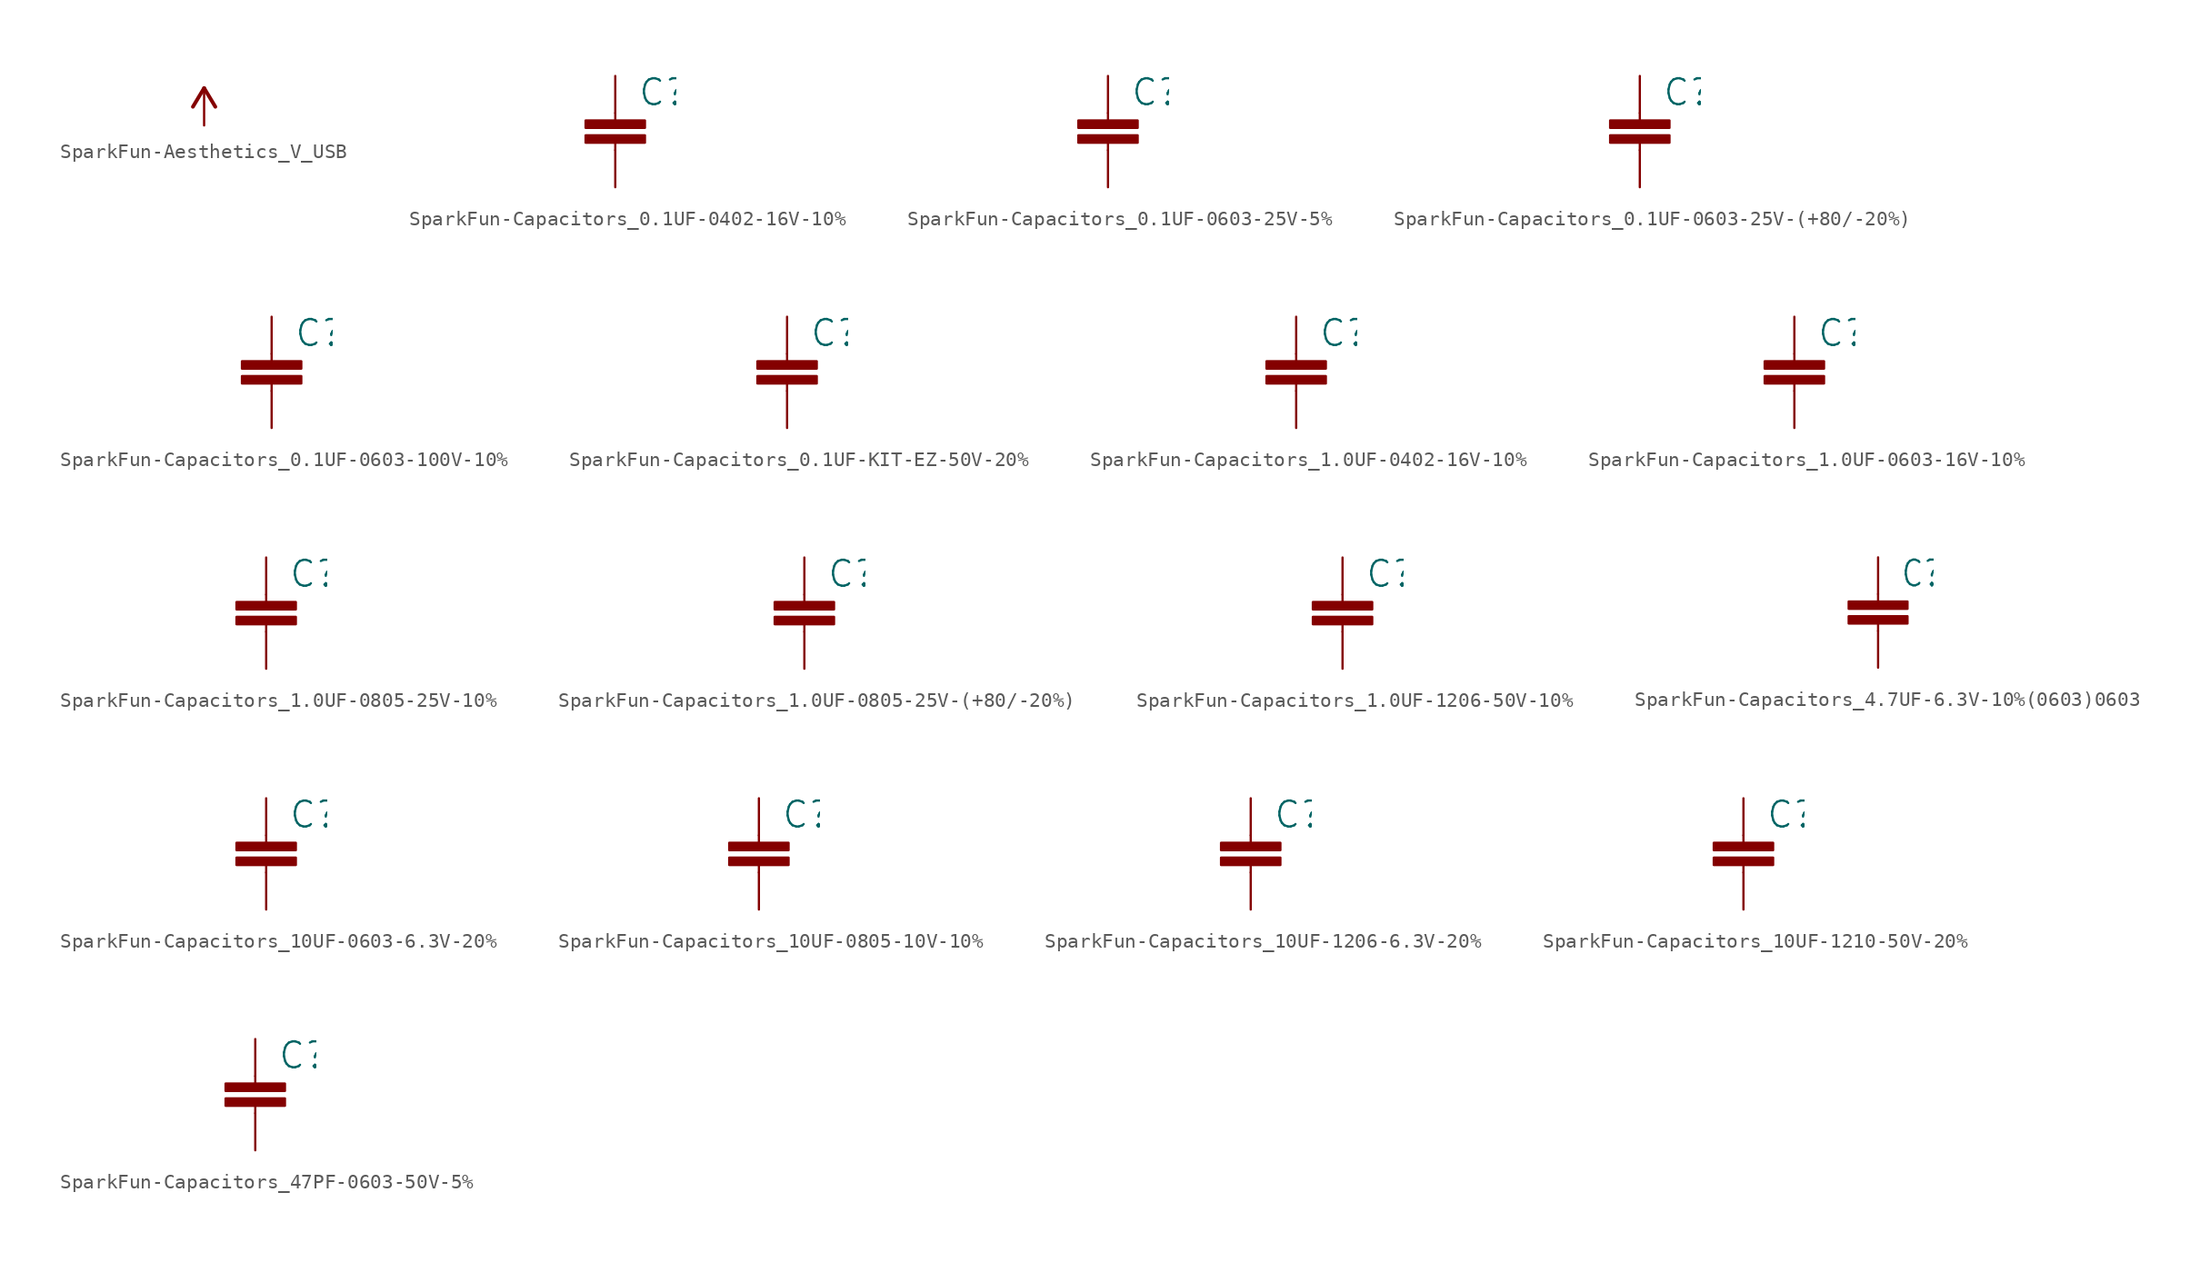
<source format=kicad_sym>
(kicad_symbol_lib
  (version 20241209)
  (generator "kicad_symbol_editor")
  (generator_version "9.0")
  (symbol "SparkFun-Aesthetics_V_USB"
    (power)
    (property "Reference" "#SUPPLY"
      (at 0 0 0)
      (effects (font (size 1.27 1.27)) (hide yes)))
    (property "Value" ""
      (at -1.016 3.556 0)
      (effects (font (size 1.778 1.511)) (justify left bottom)))
    (property "ki_locked" ""
      (at 0 0 0)
      (effects (font (size 1.27 1.27))))
    (symbol "SparkFun-Aesthetics_V_USB_1_0"
      (polyline (pts (xy 0 2.54) (xy -0.762 1.27)) (stroke (width 0.254) (type solid)) (fill (type none)))
      (polyline (pts (xy 0.762 1.27) (xy 0 2.54)) (stroke (width 0.254) (type solid)) (fill (type none)))
      (pin power_in line (at 0 0 90) (length 2.54) (name "V_USB" (effects (font (size 0 0)))) (number "1" (effects (font (size 0 0)))))))
  (symbol "SparkFun-Capacitors_0.1UF-0402-16V-10%"
    (property "Reference" "C"
      (at 1.524 2.921 0)
      (effects (font (size 1.778 1.778)) (justify left bottom)))
    (property "Value" ""
      (at 1.524 -2.159 0)
      (effects (font (size 1.778 1.778)) (justify left bottom)))
    (property "ki_locked" ""
      (at 0 0 0)
      (effects (font (size 1.27 1.27))))
    (symbol "SparkFun-Capacitors_0.1UF-0402-16V-10%_1_0"
      (rectangle (start -2.032 1.524) (end 2.032 2.032) (stroke (width 0) (type default)) (fill (type outline)))
      (rectangle (start -2.032 0.508) (end 2.032 1.016) (stroke (width 0) (type default)) (fill (type outline)))
      (polyline (pts (xy 0 2.54) (xy 0 2.032)) (stroke (width 0.152) (type solid)) (fill (type none)))
      (polyline (pts (xy 0 0) (xy 0 0.508)) (stroke (width 0.152) (type solid)) (fill (type none)))
      (pin passive line (at 0 5.08 270) (length 2.54) (name "1" (effects (font (size 0 0)))) (number "1" (effects (font (size 0 0)))))
      (pin passive line (at 0 -2.54 90) (length 2.54) (name "2" (effects (font (size 0 0)))) (number "2" (effects (font (size 0 0)))))))
  (symbol "SparkFun-Capacitors_0.1UF-0603-25V-5%"
    (property "Reference" "C"
      (at 1.524 2.921 0)
      (effects (font (size 1.778 1.778)) (justify left bottom)))
    (property "Value" ""
      (at 1.524 -2.159 0)
      (effects (font (size 1.778 1.778)) (justify left bottom)))
    (property "ki_locked" ""
      (at 0 0 0)
      (effects (font (size 1.27 1.27))))
    (symbol "SparkFun-Capacitors_0.1UF-0603-25V-5%_1_0"
      (rectangle (start -2.032 1.524) (end 2.032 2.032) (stroke (width 0) (type default)) (fill (type outline)))
      (rectangle (start -2.032 0.508) (end 2.032 1.016) (stroke (width 0) (type default)) (fill (type outline)))
      (polyline (pts (xy 0 2.54) (xy 0 2.032)) (stroke (width 0.152) (type solid)) (fill (type none)))
      (polyline (pts (xy 0 0) (xy 0 0.508)) (stroke (width 0.152) (type solid)) (fill (type none)))
      (pin passive line (at 0 5.08 270) (length 2.54) (name "1" (effects (font (size 0 0)))) (number "1" (effects (font (size 0 0)))))
      (pin passive line (at 0 -2.54 90) (length 2.54) (name "2" (effects (font (size 0 0)))) (number "2" (effects (font (size 0 0)))))))
  (symbol "SparkFun-Capacitors_0.1UF-0603-25V-(+80/-20%)"
    (property "Reference" "C"
      (at 1.524 2.921 0)
      (effects (font (size 1.778 1.778)) (justify left bottom)))
    (property "Value" ""
      (at 1.524 -2.159 0)
      (effects (font (size 1.778 1.778)) (justify left bottom)))
    (property "ki_locked" ""
      (at 0 0 0)
      (effects (font (size 1.27 1.27))))
    (symbol "SparkFun-Capacitors_0.1UF-0603-25V-(+80/-20%)_1_0"
      (rectangle (start -2.032 1.524) (end 2.032 2.032) (stroke (width 0) (type default)) (fill (type outline)))
      (rectangle (start -2.032 0.508) (end 2.032 1.016) (stroke (width 0) (type default)) (fill (type outline)))
      (polyline (pts (xy 0 2.54) (xy 0 2.032)) (stroke (width 0.152) (type solid)) (fill (type none)))
      (polyline (pts (xy 0 0) (xy 0 0.508)) (stroke (width 0.152) (type solid)) (fill (type none)))
      (pin passive line (at 0 5.08 270) (length 2.54) (name "1" (effects (font (size 0 0)))) (number "1" (effects (font (size 0 0)))))
      (pin passive line (at 0 -2.54 90) (length 2.54) (name "2" (effects (font (size 0 0)))) (number "2" (effects (font (size 0 0)))))))
  (symbol "SparkFun-Capacitors_0.1UF-0603-100V-10%"
    (property "Reference" "C"
      (at 1.524 2.921 0)
      (effects (font (size 1.778 1.778)) (justify left bottom)))
    (property "Value" ""
      (at 1.524 -2.159 0)
      (effects (font (size 1.778 1.778)) (justify left bottom)))
    (property "ki_locked" ""
      (at 0 0 0)
      (effects (font (size 1.27 1.27))))
    (symbol "SparkFun-Capacitors_0.1UF-0603-100V-10%_1_0"
      (rectangle (start -2.032 1.524) (end 2.032 2.032) (stroke (width 0) (type default)) (fill (type outline)))
      (rectangle (start -2.032 0.508) (end 2.032 1.016) (stroke (width 0) (type default)) (fill (type outline)))
      (polyline (pts (xy 0 2.54) (xy 0 2.032)) (stroke (width 0.152) (type solid)) (fill (type none)))
      (polyline (pts (xy 0 0) (xy 0 0.508)) (stroke (width 0.152) (type solid)) (fill (type none)))
      (pin passive line (at 0 5.08 270) (length 2.54) (name "1" (effects (font (size 0 0)))) (number "1" (effects (font (size 0 0)))))
      (pin passive line (at 0 -2.54 90) (length 2.54) (name "2" (effects (font (size 0 0)))) (number "2" (effects (font (size 0 0)))))))
  (symbol "SparkFun-Capacitors_0.1UF-KIT-EZ-50V-20%"
    (property "Reference" "C"
      (at 1.524 2.921 0)
      (effects (font (size 1.778 1.778)) (justify left bottom)))
    (property "Value" ""
      (at 1.524 -2.159 0)
      (effects (font (size 1.778 1.778)) (justify left bottom)))
    (property "ki_locked" ""
      (at 0 0 0)
      (effects (font (size 1.27 1.27))))
    (symbol "SparkFun-Capacitors_0.1UF-KIT-EZ-50V-20%_1_0"
      (rectangle (start -2.032 1.524) (end 2.032 2.032) (stroke (width 0) (type default)) (fill (type outline)))
      (rectangle (start -2.032 0.508) (end 2.032 1.016) (stroke (width 0) (type default)) (fill (type outline)))
      (polyline (pts (xy 0 2.54) (xy 0 2.032)) (stroke (width 0.152) (type solid)) (fill (type none)))
      (polyline (pts (xy 0 0) (xy 0 0.508)) (stroke (width 0.152) (type solid)) (fill (type none)))
      (pin passive line (at 0 5.08 270) (length 2.54) (name "1" (effects (font (size 0 0)))) (number "1" (effects (font (size 0 0)))))
      (pin passive line (at 0 -2.54 90) (length 2.54) (name "2" (effects (font (size 0 0)))) (number "2" (effects (font (size 0 0)))))))
  (symbol "SparkFun-Capacitors_1.0UF-0402-16V-10%"
    (property "Reference" "C"
      (at 1.524 2.921 0)
      (effects (font (size 1.778 1.778)) (justify left bottom)))
    (property "Value" ""
      (at 1.524 -2.159 0)
      (effects (font (size 1.778 1.778)) (justify left bottom)))
    (property "ki_locked" ""
      (at 0 0 0)
      (effects (font (size 1.27 1.27))))
    (symbol "SparkFun-Capacitors_1.0UF-0402-16V-10%_1_0"
      (rectangle (start -2.032 1.524) (end 2.032 2.032) (stroke (width 0) (type default)) (fill (type outline)))
      (rectangle (start -2.032 0.508) (end 2.032 1.016) (stroke (width 0) (type default)) (fill (type outline)))
      (polyline (pts (xy 0 2.54) (xy 0 2.032)) (stroke (width 0.152) (type solid)) (fill (type none)))
      (polyline (pts (xy 0 0) (xy 0 0.508)) (stroke (width 0.152) (type solid)) (fill (type none)))
      (pin passive line (at 0 5.08 270) (length 2.54) (name "1" (effects (font (size 0 0)))) (number "1" (effects (font (size 0 0)))))
      (pin passive line (at 0 -2.54 90) (length 2.54) (name "2" (effects (font (size 0 0)))) (number "2" (effects (font (size 0 0)))))))
  (symbol "SparkFun-Capacitors_1.0UF-0603-16V-10%"
    (property "Reference" "C"
      (at 1.524 2.921 0)
      (effects (font (size 1.778 1.778)) (justify left bottom)))
    (property "Value" ""
      (at 1.524 -2.159 0)
      (effects (font (size 1.778 1.778)) (justify left bottom)))
    (property "ki_locked" ""
      (at 0 0 0)
      (effects (font (size 1.27 1.27))))
    (symbol "SparkFun-Capacitors_1.0UF-0603-16V-10%_1_0"
      (rectangle (start -2.032 1.524) (end 2.032 2.032) (stroke (width 0) (type default)) (fill (type outline)))
      (rectangle (start -2.032 0.508) (end 2.032 1.016) (stroke (width 0) (type default)) (fill (type outline)))
      (polyline (pts (xy 0 2.54) (xy 0 2.032)) (stroke (width 0.152) (type solid)) (fill (type none)))
      (polyline (pts (xy 0 0) (xy 0 0.508)) (stroke (width 0.152) (type solid)) (fill (type none)))
      (pin passive line (at 0 5.08 270) (length 2.54) (name "1" (effects (font (size 0 0)))) (number "1" (effects (font (size 0 0)))))
      (pin passive line (at 0 -2.54 90) (length 2.54) (name "2" (effects (font (size 0 0)))) (number "2" (effects (font (size 0 0)))))))
  (symbol "SparkFun-Capacitors_1.0UF-0805-25V-10%"
    (property "Reference" "C"
      (at 1.524 2.921 0)
      (effects (font (size 1.778 1.778)) (justify left bottom)))
    (property "Value" ""
      (at 1.524 -2.159 0)
      (effects (font (size 1.778 1.778)) (justify left bottom)))
    (property "ki_locked" ""
      (at 0 0 0)
      (effects (font (size 1.27 1.27))))
    (symbol "SparkFun-Capacitors_1.0UF-0805-25V-10%_1_0"
      (rectangle (start -2.032 1.524) (end 2.032 2.032) (stroke (width 0) (type default)) (fill (type outline)))
      (rectangle (start -2.032 0.508) (end 2.032 1.016) (stroke (width 0) (type default)) (fill (type outline)))
      (polyline (pts (xy 0 2.54) (xy 0 2.032)) (stroke (width 0.152) (type solid)) (fill (type none)))
      (polyline (pts (xy 0 0) (xy 0 0.508)) (stroke (width 0.152) (type solid)) (fill (type none)))
      (pin passive line (at 0 5.08 270) (length 2.54) (name "1" (effects (font (size 0 0)))) (number "1" (effects (font (size 0 0)))))
      (pin passive line (at 0 -2.54 90) (length 2.54) (name "2" (effects (font (size 0 0)))) (number "2" (effects (font (size 0 0)))))))
  (symbol "SparkFun-Capacitors_1.0UF-0805-25V-(+80/-20%)"
    (property "Reference" "C"
      (at 1.524 2.921 0)
      (effects (font (size 1.778 1.778)) (justify left bottom)))
    (property "Value" ""
      (at 1.524 -2.159 0)
      (effects (font (size 1.778 1.778)) (justify left bottom)))
    (property "ki_locked" ""
      (at 0 0 0)
      (effects (font (size 1.27 1.27))))
    (symbol "SparkFun-Capacitors_1.0UF-0805-25V-(+80/-20%)_1_0"
      (rectangle (start -2.032 1.524) (end 2.032 2.032) (stroke (width 0) (type default)) (fill (type outline)))
      (rectangle (start -2.032 0.508) (end 2.032 1.016) (stroke (width 0) (type default)) (fill (type outline)))
      (polyline (pts (xy 0 2.54) (xy 0 2.032)) (stroke (width 0.152) (type solid)) (fill (type none)))
      (polyline (pts (xy 0 0) (xy 0 0.508)) (stroke (width 0.152) (type solid)) (fill (type none)))
      (pin passive line (at 0 5.08 270) (length 2.54) (name "1" (effects (font (size 0 0)))) (number "1" (effects (font (size 0 0)))))
      (pin passive line (at 0 -2.54 90) (length 2.54) (name "2" (effects (font (size 0 0)))) (number "2" (effects (font (size 0 0)))))))
  (symbol "SparkFun-Capacitors_1.0UF-1206-50V-10%"
    (property "Reference" "C"
      (at 1.524 2.921 0)
      (effects (font (size 1.778 1.778)) (justify left bottom)))
    (property "Value" ""
      (at 1.524 -2.159 0)
      (effects (font (size 1.778 1.778)) (justify left bottom)))
    (property "ki_locked" ""
      (at 0 0 0)
      (effects (font (size 1.27 1.27))))
    (symbol "SparkFun-Capacitors_1.0UF-1206-50V-10%_1_0"
      (rectangle (start -2.032 1.524) (end 2.032 2.032) (stroke (width 0) (type default)) (fill (type outline)))
      (rectangle (start -2.032 0.508) (end 2.032 1.016) (stroke (width 0) (type default)) (fill (type outline)))
      (polyline (pts (xy 0 2.54) (xy 0 2.032)) (stroke (width 0.152) (type solid)) (fill (type none)))
      (polyline (pts (xy 0 0) (xy 0 0.508)) (stroke (width 0.152) (type solid)) (fill (type none)))
      (pin passive line (at 0 5.08 270) (length 2.54) (name "1" (effects (font (size 0 0)))) (number "1" (effects (font (size 0 0)))))
      (pin passive line (at 0 -2.54 90) (length 2.54) (name "2" (effects (font (size 0 0)))) (number "2" (effects (font (size 0 0)))))))
  (symbol "SparkFun-Capacitors_4.7UF-6.3V-10%(0603)0603"
    (property "Reference" "C"
      (at 1.524 2.921 0)
      (effects (font (size 1.778 1.511)) (justify left bottom)))
    (property "Value" ""
      (at 1.524 -2.159 0)
      (effects (font (size 1.778 1.511)) (justify left bottom)))
    (property "ki_locked" ""
      (at 0 0 0)
      (effects (font (size 1.27 1.27))))
    (symbol "SparkFun-Capacitors_4.7UF-6.3V-10%(0603)0603_1_0"
      (rectangle (start -2.032 1.524) (end 2.032 2.032) (stroke (width 0) (type default)) (fill (type outline)))
      (rectangle (start -2.032 0.508) (end 2.032 1.016) (stroke (width 0) (type default)) (fill (type outline)))
      (polyline (pts (xy 0 2.54) (xy 0 2.032)) (stroke (width 0.152) (type solid)) (fill (type none)))
      (polyline (pts (xy 0 0) (xy 0 0.508)) (stroke (width 0.152) (type solid)) (fill (type none)))
      (pin passive line (at 0 5.08 270) (length 2.54) (name "1" (effects (font (size 0 0)))) (number "1" (effects (font (size 0 0)))))
      (pin passive line (at 0 -2.54 90) (length 2.54) (name "2" (effects (font (size 0 0)))) (number "2" (effects (font (size 0 0)))))))
  (symbol "SparkFun-Capacitors_10UF-0603-6.3V-20%"
    (property "Reference" "C"
      (at 1.524 2.921 0)
      (effects (font (size 1.778 1.778)) (justify left bottom)))
    (property "Value" ""
      (at 1.524 -2.159 0)
      (effects (font (size 1.778 1.778)) (justify left bottom)))
    (property "ki_locked" ""
      (at 0 0 0)
      (effects (font (size 1.27 1.27))))
    (symbol "SparkFun-Capacitors_10UF-0603-6.3V-20%_1_0"
      (rectangle (start -2.032 1.524) (end 2.032 2.032) (stroke (width 0) (type default)) (fill (type outline)))
      (rectangle (start -2.032 0.508) (end 2.032 1.016) (stroke (width 0) (type default)) (fill (type outline)))
      (polyline (pts (xy 0 2.54) (xy 0 2.032)) (stroke (width 0.152) (type solid)) (fill (type none)))
      (polyline (pts (xy 0 0) (xy 0 0.508)) (stroke (width 0.152) (type solid)) (fill (type none)))
      (pin passive line (at 0 5.08 270) (length 2.54) (name "1" (effects (font (size 0 0)))) (number "1" (effects (font (size 0 0)))))
      (pin passive line (at 0 -2.54 90) (length 2.54) (name "2" (effects (font (size 0 0)))) (number "2" (effects (font (size 0 0)))))))
  (symbol "SparkFun-Capacitors_10UF-0805-10V-10%"
    (property "Reference" "C"
      (at 1.524 2.921 0)
      (effects (font (size 1.778 1.778)) (justify left bottom)))
    (property "Value" ""
      (at 1.524 -2.159 0)
      (effects (font (size 1.778 1.778)) (justify left bottom)))
    (property "ki_locked" ""
      (at 0 0 0)
      (effects (font (size 1.27 1.27))))
    (symbol "SparkFun-Capacitors_10UF-0805-10V-10%_1_0"
      (rectangle (start -2.032 1.524) (end 2.032 2.032) (stroke (width 0) (type default)) (fill (type outline)))
      (rectangle (start -2.032 0.508) (end 2.032 1.016) (stroke (width 0) (type default)) (fill (type outline)))
      (polyline (pts (xy 0 2.54) (xy 0 2.032)) (stroke (width 0.152) (type solid)) (fill (type none)))
      (polyline (pts (xy 0 0) (xy 0 0.508)) (stroke (width 0.152) (type solid)) (fill (type none)))
      (pin passive line (at 0 5.08 270) (length 2.54) (name "1" (effects (font (size 0 0)))) (number "1" (effects (font (size 0 0)))))
      (pin passive line (at 0 -2.54 90) (length 2.54) (name "2" (effects (font (size 0 0)))) (number "2" (effects (font (size 0 0)))))))
  (symbol "SparkFun-Capacitors_10UF-1206-6.3V-20%"
    (property "Reference" "C"
      (at 1.524 2.921 0)
      (effects (font (size 1.778 1.778)) (justify left bottom)))
    (property "Value" ""
      (at 1.524 -2.159 0)
      (effects (font (size 1.778 1.778)) (justify left bottom)))
    (property "ki_locked" ""
      (at 0 0 0)
      (effects (font (size 1.27 1.27))))
    (symbol "SparkFun-Capacitors_10UF-1206-6.3V-20%_1_0"
      (rectangle (start -2.032 1.524) (end 2.032 2.032) (stroke (width 0) (type default)) (fill (type outline)))
      (rectangle (start -2.032 0.508) (end 2.032 1.016) (stroke (width 0) (type default)) (fill (type outline)))
      (polyline (pts (xy 0 2.54) (xy 0 2.032)) (stroke (width 0.152) (type solid)) (fill (type none)))
      (polyline (pts (xy 0 0) (xy 0 0.508)) (stroke (width 0.152) (type solid)) (fill (type none)))
      (pin passive line (at 0 5.08 270) (length 2.54) (name "1" (effects (font (size 0 0)))) (number "1" (effects (font (size 0 0)))))
      (pin passive line (at 0 -2.54 90) (length 2.54) (name "2" (effects (font (size 0 0)))) (number "2" (effects (font (size 0 0)))))))
  (symbol "SparkFun-Capacitors_10UF-1210-50V-20%"
    (property "Reference" "C"
      (at 1.524 2.921 0)
      (effects (font (size 1.778 1.778)) (justify left bottom)))
    (property "Value" ""
      (at 1.524 -2.159 0)
      (effects (font (size 1.778 1.778)) (justify left bottom)))
    (property "ki_locked" ""
      (at 0 0 0)
      (effects (font (size 1.27 1.27))))
    (symbol "SparkFun-Capacitors_10UF-1210-50V-20%_1_0"
      (rectangle (start -2.032 1.524) (end 2.032 2.032) (stroke (width 0) (type default)) (fill (type outline)))
      (rectangle (start -2.032 0.508) (end 2.032 1.016) (stroke (width 0) (type default)) (fill (type outline)))
      (polyline (pts (xy 0 2.54) (xy 0 2.032)) (stroke (width 0.152) (type solid)) (fill (type none)))
      (polyline (pts (xy 0 0) (xy 0 0.508)) (stroke (width 0.152) (type solid)) (fill (type none)))
      (pin passive line (at 0 5.08 270) (length 2.54) (name "1" (effects (font (size 0 0)))) (number "1" (effects (font (size 0 0)))))
      (pin passive line (at 0 -2.54 90) (length 2.54) (name "2" (effects (font (size 0 0)))) (number "2" (effects (font (size 0 0)))))))
  (symbol "SparkFun-Capacitors_47PF-0603-50V-5%"
    (property "Reference" "C"
      (at 1.524 2.921 0)
      (effects (font (size 1.778 1.778)) (justify left bottom)))
    (property "Value" ""
      (at 1.524 -2.159 0)
      (effects (font (size 1.778 1.778)) (justify left bottom)))
    (property "ki_locked" ""
      (at 0 0 0)
      (effects (font (size 1.27 1.27))))
    (symbol "SparkFun-Capacitors_47PF-0603-50V-5%_1_0"
      (rectangle (start -2.032 1.524) (end 2.032 2.032) (stroke (width 0) (type default)) (fill (type outline)))
      (rectangle (start -2.032 0.508) (end 2.032 1.016) (stroke (width 0) (type default)) (fill (type outline)))
      (polyline (pts (xy 0 2.54) (xy 0 2.032)) (stroke (width 0.152) (type solid)) (fill (type none)))
      (polyline (pts (xy 0 0) (xy 0 0.508)) (stroke (width 0.152) (type solid)) (fill (type none)))
      (pin passive line (at 0 5.08 270) (length 2.54) (name "1" (effects (font (size 0 0)))) (number "1" (effects (font (size 0 0)))))
      (pin passive line (at 0 -2.54 90) (length 2.54) (name "2" (effects (font (size 0 0)))) (number "2" (effects (font (size 0 0))))))))
</source>
